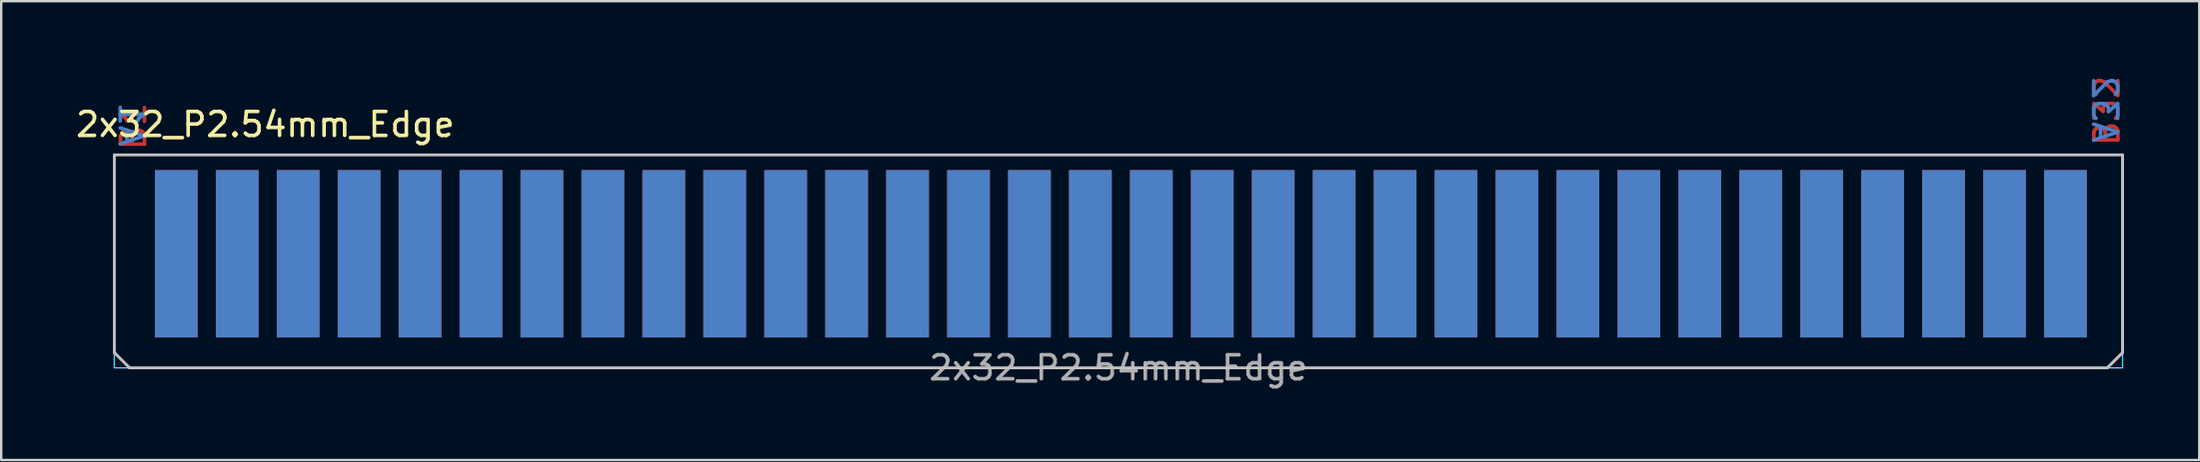
<source format=kicad_pcb>
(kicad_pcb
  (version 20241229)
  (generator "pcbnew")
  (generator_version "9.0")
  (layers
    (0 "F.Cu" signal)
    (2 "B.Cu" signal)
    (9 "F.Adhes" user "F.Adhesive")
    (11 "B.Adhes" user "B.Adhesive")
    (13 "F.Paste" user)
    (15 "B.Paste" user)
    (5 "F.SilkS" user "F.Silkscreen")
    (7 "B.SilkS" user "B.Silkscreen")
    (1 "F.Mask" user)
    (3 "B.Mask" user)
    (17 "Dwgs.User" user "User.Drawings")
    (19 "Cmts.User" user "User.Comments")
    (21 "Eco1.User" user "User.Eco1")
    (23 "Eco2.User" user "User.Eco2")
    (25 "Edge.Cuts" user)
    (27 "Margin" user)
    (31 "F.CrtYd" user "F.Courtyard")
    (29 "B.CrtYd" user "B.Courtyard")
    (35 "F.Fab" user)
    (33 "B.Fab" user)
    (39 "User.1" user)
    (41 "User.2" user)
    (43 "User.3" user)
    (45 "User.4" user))
  (footprint "2x32_P2.54mm_Edge"
    (layer "F.Cu")
    (at 43.566 7.227)
    (property "Reference" "2x32_P2.54mm_Edge" (at -35.56 -5.08 0) (unlocked yes) (layer "F.SilkS") (effects (font (size 1 1) (thickness 0.15))))
    (attr exclude_from_pos_files exclude_from_bom allow_soldermask_bridges)
    (fp_rect (start -41.85 -3.075) (end 41.85 5.08) (stroke (width 0.12) (type solid)) (fill yes) (layer "F.Mask"))
    (fp_rect (start -41.85 -3.075) (end 41.85 5.08) (stroke (width 0.12) (type solid)) (fill yes) (layer "B.Mask"))
    (fp_line (start -41.85 -3.81) (end 41.85 -3.81) (stroke (width 0.12) (type solid)) (layer "Dwgs.User"))
    (fp_line (start -41.85 4.445) (end -41.85 -3.81) (stroke (width 0.12) (type solid)) (layer "Dwgs.User"))
    (fp_line (start -41.85 4.445) (end -41.215 5.08) (stroke (width 0.12) (type solid)) (layer "Dwgs.User"))
    (fp_line (start 41.215 5.08) (end -41.215 5.08) (stroke (width 0.12) (type solid)) (layer "Dwgs.User"))
    (fp_line (start 41.215 5.08) (end 41.85 4.445) (stroke (width 0.12) (type solid)) (layer "Dwgs.User"))
    (fp_line (start 41.85 -3.81) (end 41.85 4.445) (stroke (width 0.12) (type solid)) (layer "Dwgs.User"))
    (fp_rect (start -41.85 -3.81) (end 41.85 5.08) (stroke (width 0.05) (type solid)) (fill no) (layer "B.CrtYd"))
    (fp_rect (start -41.85 -3.81) (end 41.85 5.08) (stroke (width 0.05) (type solid)) (fill no) (layer "F.CrtYd"))
    (fp_text user "B1" (at -41.05 -5 90) (unlocked yes) (layer "F.Cu") (effects (font (size 1 1) (thickness 0.15))))
    (fp_text user "B32" (at 41.2 -5.65 90) (unlocked yes) (layer "F.Cu") (effects (font (size 1 1) (thickness 0.15))))
    (fp_text user "A1" (at -41.15 -5.08 270) (unlocked yes) (layer "B.Cu") (effects (font (size 1 1) (thickness 0.15)) (justify mirror)))
    (fp_text user "A32" (at 41.1 -5.715 270) (unlocked yes) (layer "B.Cu") (effects (font (size 1 1) (thickness 0.15)) (justify mirror)))
    (fp_text user "${REFERENCE}" (at 0 5.08 0) (unlocked yes) (layer "F.Fab") (effects (font (size 1 1) (thickness 0.15))))
    (pad "A1" smd rect (at -39.27 0.318) (size 1.78 6.985) (layers "B.Cu" "B.Mask" "B.Paste"))
    (pad "A2" smd rect (at -36.73 0.318) (size 1.78 6.985) (layers "B.Cu" "B.Mask" "B.Paste"))
    (pad "A3" smd rect (at -34.19 0.318) (size 1.78 6.985) (layers "B.Cu" "B.Mask" "B.Paste"))
    (pad "A4" smd rect (at -31.65 0.318) (size 1.78 6.985) (layers "B.Cu" "B.Mask" "B.Paste"))
    (pad "A5" smd rect (at -29.11 0.318) (size 1.78 6.985) (layers "B.Cu" "B.Mask" "B.Paste"))
    (pad "A6" smd rect (at -26.57 0.318) (size 1.78 6.985) (layers "B.Cu" "B.Mask" "B.Paste"))
    (pad "A7" smd rect (at -24.03 0.318) (size 1.78 6.985) (layers "B.Cu" "B.Mask" "B.Paste"))
    (pad "A8" smd rect (at -21.49 0.318) (size 1.78 6.985) (layers "B.Cu" "B.Mask" "B.Paste"))
    (pad "A9" smd rect (at -18.95 0.318) (size 1.78 6.985) (layers "B.Cu" "B.Mask" "B.Paste"))
    (pad "A10" smd rect (at -16.41 0.318) (size 1.78 6.985) (layers "B.Cu" "B.Mask" "B.Paste"))
    (pad "A11" smd rect (at -13.87 0.318) (size 1.78 6.985) (layers "B.Cu" "B.Mask" "B.Paste"))
    (pad "A12" smd rect (at -11.33 0.318) (size 1.78 6.985) (layers "B.Cu" "B.Mask" "B.Paste"))
    (pad "A13" smd rect (at -8.79 0.318) (size 1.78 6.985) (layers "B.Cu" "B.Mask" "B.Paste"))
    (pad "A14" smd rect (at -6.25 0.318) (size 1.78 6.985) (layers "B.Cu" "B.Mask" "B.Paste"))
    (pad "A15" smd rect (at -3.71 0.318) (size 1.78 6.985) (layers "B.Cu" "B.Mask" "B.Paste"))
    (pad "A16" smd rect (at -1.17 0.318) (size 1.78 6.985) (layers "B.Cu" "B.Mask" "B.Paste"))
    (pad "A17" smd rect (at 1.37 0.318) (size 1.78 6.985) (layers "B.Cu" "B.Mask" "B.Paste"))
    (pad "A18" smd rect (at 3.91 0.318) (size 1.78 6.985) (layers "B.Cu" "B.Mask" "B.Paste"))
    (pad "A19" smd rect (at 6.45 0.318) (size 1.78 6.985) (layers "B.Cu" "B.Mask" "B.Paste"))
    (pad "A20" smd rect (at 8.99 0.318) (size 1.78 6.985) (layers "B.Cu" "B.Mask" "B.Paste"))
    (pad "A21" smd rect (at 11.53 0.318) (size 1.78 6.985) (layers "B.Cu" "B.Mask" "B.Paste"))
    (pad "A22" smd rect (at 14.07 0.318) (size 1.78 6.985) (layers "B.Cu" "B.Mask" "B.Paste"))
    (pad "A23" smd rect (at 16.61 0.318) (size 1.78 6.985) (layers "B.Cu" "B.Mask" "B.Paste"))
    (pad "A24" smd rect (at 19.15 0.318) (size 1.78 6.985) (layers "B.Cu" "B.Mask" "B.Paste"))
    (pad "A25" smd rect (at 21.69 0.318) (size 1.78 6.985) (layers "B.Cu" "B.Mask" "B.Paste"))
    (pad "A26" smd rect (at 24.23 0.318) (size 1.78 6.985) (layers "B.Cu" "B.Mask" "B.Paste"))
    (pad "A27" smd rect (at 26.77 0.318) (size 1.78 6.985) (layers "B.Cu" "B.Mask" "B.Paste"))
    (pad "A28" smd rect (at 29.31 0.318) (size 1.78 6.985) (layers "B.Cu" "B.Mask" "B.Paste"))
    (pad "A29" smd rect (at 31.85 0.318) (size 1.78 6.985) (layers "B.Cu" "B.Mask" "B.Paste"))
    (pad "A30" smd rect (at 34.39 0.318) (size 1.78 6.985) (layers "B.Cu" "B.Mask" "B.Paste"))
    (pad "A31" smd rect (at 36.93 0.318) (size 1.78 6.985) (layers "B.Cu" "B.Mask" "B.Paste"))
    (pad "A32" smd rect (at 39.47 0.318) (size 1.78 6.985) (layers "B.Cu" "B.Mask" "B.Paste"))
    (pad "B1" smd rect (at -39.27 0.318) (size 1.78 6.985) (layers "F.Cu" "F.Mask" "F.Paste"))
    (pad "B2" smd rect (at -36.73 0.318) (size 1.78 6.985) (layers "F.Cu" "F.Mask" "F.Paste"))
    (pad "B3" smd rect (at -34.19 0.318) (size 1.78 6.985) (layers "F.Cu" "F.Mask" "F.Paste"))
    (pad "B4" smd rect (at -31.65 0.318) (size 1.78 6.985) (layers "F.Cu" "F.Mask" "F.Paste"))
    (pad "B5" smd rect (at -29.11 0.318) (size 1.78 6.985) (layers "F.Cu" "F.Mask" "F.Paste"))
    (pad "B6" smd rect (at -26.57 0.318) (size 1.78 6.985) (layers "F.Cu" "F.Mask" "F.Paste"))
    (pad "B7" smd rect (at -24.03 0.318) (size 1.78 6.985) (layers "F.Cu" "F.Mask" "F.Paste"))
    (pad "B8" smd rect (at -21.49 0.318) (size 1.78 6.985) (layers "F.Cu" "F.Mask" "F.Paste"))
    (pad "B9" smd rect (at -18.95 0.318) (size 1.78 6.985) (layers "F.Cu" "F.Mask" "F.Paste"))
    (pad "B10" smd rect (at -16.41 0.318) (size 1.78 6.985) (layers "F.Cu" "F.Mask" "F.Paste"))
    (pad "B11" smd rect (at -13.87 0.318) (size 1.78 6.985) (layers "F.Cu" "F.Mask" "F.Paste"))
    (pad "B12" smd rect (at -11.33 0.318) (size 1.78 6.985) (layers "F.Cu" "F.Mask" "F.Paste"))
    (pad "B13" smd rect (at -8.79 0.318) (size 1.78 6.985) (layers "F.Cu" "F.Mask" "F.Paste"))
    (pad "B14" smd rect (at -6.25 0.318) (size 1.78 6.985) (layers "F.Cu" "F.Mask" "F.Paste"))
    (pad "B15" smd rect (at -3.71 0.318) (size 1.78 6.985) (layers "F.Cu" "F.Mask" "F.Paste"))
    (pad "B16" smd rect (at -1.17 0.318) (size 1.78 6.985) (layers "F.Cu" "F.Mask" "F.Paste"))
    (pad "B17" smd rect (at 1.37 0.318) (size 1.78 6.985) (layers "F.Cu" "F.Mask" "F.Paste"))
    (pad "B18" smd rect (at 3.91 0.318) (size 1.78 6.985) (layers "F.Cu" "F.Mask" "F.Paste"))
    (pad "B19" smd rect (at 6.45 0.318) (size 1.78 6.985) (layers "F.Cu" "F.Mask" "F.Paste"))
    (pad "B20" smd rect (at 8.99 0.318) (size 1.78 6.985) (layers "F.Cu" "F.Mask" "F.Paste"))
    (pad "B21" smd rect (at 11.53 0.318) (size 1.78 6.985) (layers "F.Cu" "F.Mask" "F.Paste"))
    (pad "B22" smd rect (at 14.07 0.318) (size 1.78 6.985) (layers "F.Cu" "F.Mask" "F.Paste"))
    (pad "B23" smd rect (at 16.61 0.318) (size 1.78 6.985) (layers "F.Cu" "F.Mask" "F.Paste"))
    (pad "B24" smd rect (at 19.15 0.318) (size 1.78 6.985) (layers "F.Cu" "F.Mask" "F.Paste"))
    (pad "B25" smd rect (at 21.69 0.318) (size 1.78 6.985) (layers "F.Cu" "F.Mask" "F.Paste"))
    (pad "B26" smd rect (at 24.23 0.318) (size 1.78 6.985) (layers "F.Cu" "F.Mask" "F.Paste"))
    (pad "B27" smd rect (at 26.77 0.318) (size 1.78 6.985) (layers "F.Cu" "F.Mask" "F.Paste"))
    (pad "B28" smd rect (at 29.31 0.318) (size 1.78 6.985) (layers "F.Cu" "F.Mask" "F.Paste"))
    (pad "B29" smd rect (at 31.85 0.318) (size 1.78 6.985) (layers "F.Cu" "F.Mask" "F.Paste"))
    (pad "B30" smd rect (at 34.39 0.318) (size 1.78 6.985) (layers "F.Cu" "F.Mask" "F.Paste"))
    (pad "B31" smd rect (at 36.93 0.318) (size 1.78 6.985) (layers "F.Cu" "F.Mask" "F.Paste"))
    (pad "B32" smd rect (at 39.47 0.318) (size 1.78 6.985) (layers "F.Cu" "F.Mask" "F.Paste")))
  (gr_rect
    (start -3 -3)
    (end 88.614 16.156)
    (stroke (width 0.1) (type default))
    (fill no)
    (layer "Edge.Cuts")))
</source>
